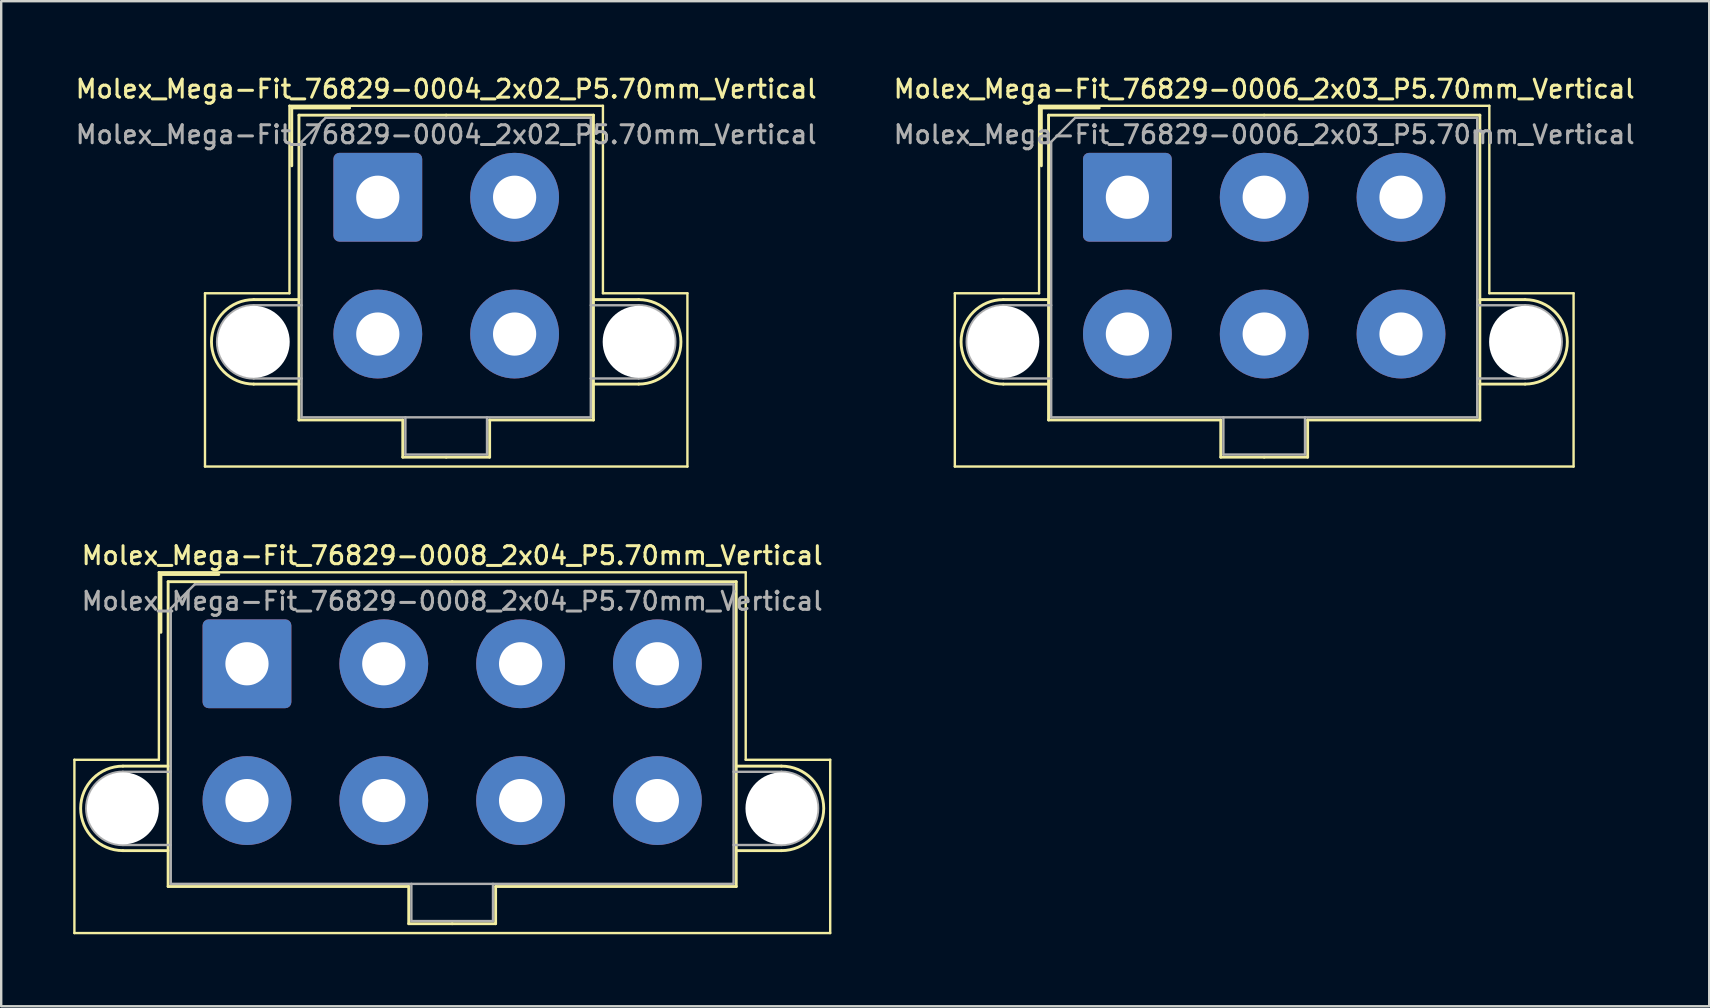
<source format=kicad_pcb>
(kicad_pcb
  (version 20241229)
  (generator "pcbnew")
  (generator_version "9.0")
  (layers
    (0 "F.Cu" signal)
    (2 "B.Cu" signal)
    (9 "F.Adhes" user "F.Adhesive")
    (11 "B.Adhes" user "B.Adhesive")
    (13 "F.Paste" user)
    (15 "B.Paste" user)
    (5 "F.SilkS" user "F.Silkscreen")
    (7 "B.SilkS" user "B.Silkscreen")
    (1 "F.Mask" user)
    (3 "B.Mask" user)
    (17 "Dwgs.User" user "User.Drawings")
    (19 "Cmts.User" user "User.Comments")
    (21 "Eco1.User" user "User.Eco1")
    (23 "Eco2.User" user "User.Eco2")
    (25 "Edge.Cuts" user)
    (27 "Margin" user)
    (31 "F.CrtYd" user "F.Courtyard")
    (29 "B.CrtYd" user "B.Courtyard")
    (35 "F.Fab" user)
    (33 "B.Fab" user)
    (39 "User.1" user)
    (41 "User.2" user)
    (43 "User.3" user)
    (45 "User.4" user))
  (footprint "Molex_Mega-Fit_76829-0004_2x02_P5.70mm_Vertical"
    (layer "F.Cu")
    (at 12.691 5.168)
    (property "Reference" "Molex_Mega-Fit_76829-0004_2x02_P5.70mm_Vertical" (at 2.85 -4.51 0) (layer "F.SilkS") (effects (font (size 0.75 0.75) (thickness 0.125))))
    (attr through_hole)
    (fp_line (start -7.2 4) (end -7.2 11.22) (stroke (width 0.1) (type solid)) (layer "F.SilkS"))
    (fp_line (start -7.2 11.22) (end 12.9 11.22) (stroke (width 0.1) (type solid)) (layer "F.SilkS"))
    (fp_line (start -5.17 4.265) (end -3.285 4.265) (stroke (width 0.12) (type solid)) (layer "F.SilkS"))
    (fp_line (start -5.17 7.785) (end -3.285 7.785) (stroke (width 0.12) (type solid)) (layer "F.SilkS"))
    (fp_line (start -3.68 -3.81) (end -3.68 4) (stroke (width 0.1) (type solid)) (layer "F.SilkS"))
    (fp_line (start -3.68 4) (end -7.2 4) (stroke (width 0.1) (type solid)) (layer "F.SilkS"))
    (fp_line (start -3.585 -3.72) (end -1.175 -3.72) (stroke (width 0.12) (type solid)) (layer "F.SilkS"))
    (fp_line (start -3.585 -1.31) (end -3.585 -3.72) (stroke (width 0.12) (type solid)) (layer "F.SilkS"))
    (fp_line (start -3.285 -3.42) (end -3.285 9.28) (stroke (width 0.12) (type solid)) (layer "F.SilkS"))
    (fp_line (start -3.285 9.28) (end 1.04 9.28) (stroke (width 0.12) (type solid)) (layer "F.SilkS"))
    (fp_line (start 1.04 9.28) (end 1.04 10.83) (stroke (width 0.12) (type solid)) (layer "F.SilkS"))
    (fp_line (start 1.04 10.83) (end 2.85 10.83) (stroke (width 0.12) (type solid)) (layer "F.SilkS"))
    (fp_line (start 2.85 -3.42) (end -3.285 -3.42) (stroke (width 0.12) (type solid)) (layer "F.SilkS"))
    (fp_line (start 2.85 -3.42) (end 8.985 -3.42) (stroke (width 0.12) (type solid)) (layer "F.SilkS"))
    (fp_line (start 4.66 9.28) (end 4.66 10.83) (stroke (width 0.12) (type solid)) (layer "F.SilkS"))
    (fp_line (start 4.66 10.83) (end 2.85 10.83) (stroke (width 0.12) (type solid)) (layer "F.SilkS"))
    (fp_line (start 8.985 -3.42) (end 8.985 9.28) (stroke (width 0.12) (type solid)) (layer "F.SilkS"))
    (fp_line (start 8.985 9.28) (end 4.66 9.28) (stroke (width 0.12) (type solid)) (layer "F.SilkS"))
    (fp_line (start 9.38 -3.81) (end -3.68 -3.81) (stroke (width 0.1) (type solid)) (layer "F.SilkS"))
    (fp_line (start 9.38 4) (end 9.38 -3.81) (stroke (width 0.1) (type solid)) (layer "F.SilkS"))
    (fp_line (start 10.87 4.265) (end 8.985 4.265) (stroke (width 0.12) (type solid)) (layer "F.SilkS"))
    (fp_line (start 10.87 7.785) (end 8.985 7.785) (stroke (width 0.12) (type solid)) (layer "F.SilkS"))
    (fp_line (start 12.9 4) (end 9.38 4) (stroke (width 0.1) (type solid)) (layer "F.SilkS"))
    (fp_line (start 12.9 11.22) (end 12.9 4) (stroke (width 0.1) (type solid)) (layer "F.SilkS"))
    (fp_arc (start -5.17 7.785) (mid -6.93 6.025) (end -5.17 4.265) (stroke (width 0.12) (type solid)) (layer "F.SilkS"))
    (fp_arc (start 10.87 4.265) (mid 12.63 6.025) (end 10.87 7.785) (stroke (width 0.12) (type solid)) (layer "F.SilkS"))
    (fp_line (start -5.17 4.5) (end -3.175 4.5) (stroke (width 0.1) (type solid)) (layer "F.Fab"))
    (fp_line (start -5.17 7.55) (end -3.175 7.55) (stroke (width 0.1) (type solid)) (layer "F.Fab"))
    (fp_line (start -3.175 -2.31) (end -3.175 9.17) (stroke (width 0.1) (type solid)) (layer "F.Fab"))
    (fp_line (start -3.175 9.17) (end 8.875 9.17) (stroke (width 0.1) (type solid)) (layer "F.Fab"))
    (fp_line (start -2.175 -3.31) (end -3.175 -2.31) (stroke (width 0.1) (type solid)) (layer "F.Fab"))
    (fp_line (start 1.15 9.17) (end 1.15 10.72) (stroke (width 0.1) (type solid)) (layer "F.Fab"))
    (fp_line (start 1.15 10.72) (end 4.55 10.72) (stroke (width 0.1) (type solid)) (layer "F.Fab"))
    (fp_line (start 4.55 10.72) (end 4.55 9.17) (stroke (width 0.1) (type solid)) (layer "F.Fab"))
    (fp_line (start 8.875 -3.31) (end -2.175 -3.31) (stroke (width 0.1) (type solid)) (layer "F.Fab"))
    (fp_line (start 8.875 9.17) (end 8.875 -3.31) (stroke (width 0.1) (type solid)) (layer "F.Fab"))
    (fp_line (start 10.87 4.5) (end 8.875 4.5) (stroke (width 0.1) (type solid)) (layer "F.Fab"))
    (fp_line (start 10.87 7.55) (end 8.875 7.55) (stroke (width 0.1) (type solid)) (layer "F.Fab"))
    (fp_arc (start -5.17 7.55) (mid -6.695 6.025) (end -5.17 4.5) (stroke (width 0.1) (type solid)) (layer "F.Fab"))
    (fp_arc (start 10.87 4.5) (mid 12.395 6.025) (end 10.87 7.55) (stroke (width 0.1) (type solid)) (layer "F.Fab"))
    (fp_text user "${REFERENCE}" (at 2.85 -2.61 0) (layer "F.Fab") (effects (font (size 0.75 0.75) (thickness 0.125))))
    (pad "" np_thru_hole circle (at -5.17 6.025) (size 3 3) (drill 3) (layers "*.Cu" "*.Mask"))
    (pad "" np_thru_hole circle (at 10.87 6.025) (size 3 3) (drill 3) (layers "*.Cu" "*.Mask"))
    (pad "1" thru_hole roundrect (at 0 0) (size 3.7 3.7) (drill 1.8) (layers "*.Cu" "*.Mask") (roundrect_rratio 0.068))
    (pad "2" thru_hole circle (at 5.7 0) (size 3.7 3.7) (drill 1.8) (layers "*.Cu" "*.Mask"))
    (pad "3" thru_hole circle (at 0 5.7) (size 3.7 3.7) (drill 1.8) (layers "*.Cu" "*.Mask"))
    (pad "4" thru_hole circle (at 5.7 5.7) (size 3.7 3.7) (drill 1.8) (layers "*.Cu" "*.Mask")))
  (footprint "Molex_Mega-Fit_76829-0006_2x03_P5.70mm_Vertical"
    (layer "F.Cu")
    (at 43.923 5.168)
    (property "Reference" "Molex_Mega-Fit_76829-0006_2x03_P5.70mm_Vertical" (at 5.7 -4.51 0) (layer "F.SilkS") (effects (font (size 0.75 0.75) (thickness 0.125))))
    (attr through_hole)
    (fp_line (start -7.19 4) (end -7.19 11.22) (stroke (width 0.1) (type solid)) (layer "F.SilkS"))
    (fp_line (start -7.19 11.22) (end 18.59 11.22) (stroke (width 0.1) (type solid)) (layer "F.SilkS"))
    (fp_line (start -5.17 4.265) (end -3.285 4.265) (stroke (width 0.12) (type solid)) (layer "F.SilkS"))
    (fp_line (start -5.17 7.785) (end -3.285 7.785) (stroke (width 0.12) (type solid)) (layer "F.SilkS"))
    (fp_line (start -3.68 -3.81) (end -3.68 4) (stroke (width 0.1) (type solid)) (layer "F.SilkS"))
    (fp_line (start -3.68 4) (end -7.19 4) (stroke (width 0.1) (type solid)) (layer "F.SilkS"))
    (fp_line (start -3.585 -3.72) (end -1.175 -3.72) (stroke (width 0.12) (type solid)) (layer "F.SilkS"))
    (fp_line (start -3.585 -1.31) (end -3.585 -3.72) (stroke (width 0.12) (type solid)) (layer "F.SilkS"))
    (fp_line (start -3.285 -3.42) (end -3.285 9.28) (stroke (width 0.12) (type solid)) (layer "F.SilkS"))
    (fp_line (start -3.285 9.28) (end 3.89 9.28) (stroke (width 0.12) (type solid)) (layer "F.SilkS"))
    (fp_line (start 3.89 9.28) (end 3.89 10.83) (stroke (width 0.12) (type solid)) (layer "F.SilkS"))
    (fp_line (start 3.89 10.83) (end 5.7 10.83) (stroke (width 0.12) (type solid)) (layer "F.SilkS"))
    (fp_line (start 5.7 -3.42) (end -3.285 -3.42) (stroke (width 0.12) (type solid)) (layer "F.SilkS"))
    (fp_line (start 5.7 -3.42) (end 14.685 -3.42) (stroke (width 0.12) (type solid)) (layer "F.SilkS"))
    (fp_line (start 7.51 9.28) (end 7.51 10.83) (stroke (width 0.12) (type solid)) (layer "F.SilkS"))
    (fp_line (start 7.51 10.83) (end 5.7 10.83) (stroke (width 0.12) (type solid)) (layer "F.SilkS"))
    (fp_line (start 14.685 -3.42) (end 14.685 9.28) (stroke (width 0.12) (type solid)) (layer "F.SilkS"))
    (fp_line (start 14.685 9.28) (end 7.51 9.28) (stroke (width 0.12) (type solid)) (layer "F.SilkS"))
    (fp_line (start 15.08 -3.81) (end -3.68 -3.81) (stroke (width 0.1) (type solid)) (layer "F.SilkS"))
    (fp_line (start 15.08 4) (end 15.08 -3.81) (stroke (width 0.1) (type solid)) (layer "F.SilkS"))
    (fp_line (start 16.57 4.265) (end 14.685 4.265) (stroke (width 0.12) (type solid)) (layer "F.SilkS"))
    (fp_line (start 16.57 7.785) (end 14.685 7.785) (stroke (width 0.12) (type solid)) (layer "F.SilkS"))
    (fp_line (start 18.59 4) (end 15.08 4) (stroke (width 0.1) (type solid)) (layer "F.SilkS"))
    (fp_line (start 18.59 11.22) (end 18.59 4) (stroke (width 0.1) (type solid)) (layer "F.SilkS"))
    (fp_arc (start -5.17 7.785) (mid -6.93 6.025) (end -5.17 4.265) (stroke (width 0.12) (type solid)) (layer "F.SilkS"))
    (fp_arc (start 16.57 4.265) (mid 18.33 6.025) (end 16.57 7.785) (stroke (width 0.12) (type solid)) (layer "F.SilkS"))
    (fp_line (start -5.17 4.5) (end -3.175 4.5) (stroke (width 0.1) (type solid)) (layer "F.Fab"))
    (fp_line (start -5.17 7.55) (end -3.175 7.55) (stroke (width 0.1) (type solid)) (layer "F.Fab"))
    (fp_line (start -3.175 -2.31) (end -3.175 9.17) (stroke (width 0.1) (type solid)) (layer "F.Fab"))
    (fp_line (start -3.175 9.17) (end 14.575 9.17) (stroke (width 0.1) (type solid)) (layer "F.Fab"))
    (fp_line (start -2.175 -3.31) (end -3.175 -2.31) (stroke (width 0.1) (type solid)) (layer "F.Fab"))
    (fp_line (start 4 9.17) (end 4 10.72) (stroke (width 0.1) (type solid)) (layer "F.Fab"))
    (fp_line (start 4 10.72) (end 7.4 10.72) (stroke (width 0.1) (type solid)) (layer "F.Fab"))
    (fp_line (start 7.4 10.72) (end 7.4 9.17) (stroke (width 0.1) (type solid)) (layer "F.Fab"))
    (fp_line (start 14.575 -3.31) (end -2.175 -3.31) (stroke (width 0.1) (type solid)) (layer "F.Fab"))
    (fp_line (start 14.575 9.17) (end 14.575 -3.31) (stroke (width 0.1) (type solid)) (layer "F.Fab"))
    (fp_line (start 16.57 4.5) (end 14.575 4.5) (stroke (width 0.1) (type solid)) (layer "F.Fab"))
    (fp_line (start 16.57 7.55) (end 14.575 7.55) (stroke (width 0.1) (type solid)) (layer "F.Fab"))
    (fp_arc (start -5.17 7.55) (mid -6.695 6.025) (end -5.17 4.5) (stroke (width 0.1) (type solid)) (layer "F.Fab"))
    (fp_arc (start 16.57 4.5) (mid 18.095 6.025) (end 16.57 7.55) (stroke (width 0.1) (type solid)) (layer "F.Fab"))
    (fp_text user "${REFERENCE}" (at 5.7 -2.61 0) (layer "F.Fab") (effects (font (size 0.75 0.75) (thickness 0.125))))
    (pad "" np_thru_hole circle (at -5.17 6.025) (size 3 3) (drill 3) (layers "*.Cu" "*.Mask"))
    (pad "" np_thru_hole circle (at 16.57 6.025) (size 3 3) (drill 3) (layers "*.Cu" "*.Mask"))
    (pad "1" thru_hole roundrect (at 0 0) (size 3.7 3.7) (drill 1.8) (layers "*.Cu" "*.Mask") (roundrect_rratio 0.068))
    (pad "2" thru_hole circle (at 5.7 0) (size 3.7 3.7) (drill 1.8) (layers "*.Cu" "*.Mask"))
    (pad "3" thru_hole circle (at 11.4 0) (size 3.7 3.7) (drill 1.8) (layers "*.Cu" "*.Mask"))
    (pad "4" thru_hole circle (at 0 5.7) (size 3.7 3.7) (drill 1.8) (layers "*.Cu" "*.Mask"))
    (pad "5" thru_hole circle (at 5.7 5.7) (size 3.7 3.7) (drill 1.8) (layers "*.Cu" "*.Mask"))
    (pad "6" thru_hole circle (at 11.4 5.7) (size 3.7 3.7) (drill 1.8) (layers "*.Cu" "*.Mask")))
  (footprint "Molex_Mega-Fit_76829-0008_2x04_P5.70mm_Vertical"
    (layer "F.Cu")
    (at 7.24 24.606)
    (property "Reference" "Molex_Mega-Fit_76829-0008_2x04_P5.70mm_Vertical" (at 8.55 -4.51 0) (layer "F.SilkS") (effects (font (size 0.75 0.75) (thickness 0.125))))
    (attr through_hole)
    (fp_line (start -7.19 4) (end -7.19 11.22) (stroke (width 0.1) (type solid)) (layer "F.SilkS"))
    (fp_line (start -7.19 11.22) (end 24.3 11.22) (stroke (width 0.1) (type solid)) (layer "F.SilkS"))
    (fp_line (start -5.17 4.265) (end -3.285 4.265) (stroke (width 0.12) (type solid)) (layer "F.SilkS"))
    (fp_line (start -5.17 7.785) (end -3.285 7.785) (stroke (width 0.12) (type solid)) (layer "F.SilkS"))
    (fp_line (start -3.67 -3.81) (end -3.67 4) (stroke (width 0.1) (type solid)) (layer "F.SilkS"))
    (fp_line (start -3.67 4) (end -7.19 4) (stroke (width 0.1) (type solid)) (layer "F.SilkS"))
    (fp_line (start -3.585 -3.72) (end -1.175 -3.72) (stroke (width 0.12) (type solid)) (layer "F.SilkS"))
    (fp_line (start -3.585 -1.31) (end -3.585 -3.72) (stroke (width 0.12) (type solid)) (layer "F.SilkS"))
    (fp_line (start -3.285 -3.42) (end -3.285 9.28) (stroke (width 0.12) (type solid)) (layer "F.SilkS"))
    (fp_line (start -3.285 9.28) (end 6.74 9.28) (stroke (width 0.12) (type solid)) (layer "F.SilkS"))
    (fp_line (start 6.74 9.28) (end 6.74 10.83) (stroke (width 0.12) (type solid)) (layer "F.SilkS"))
    (fp_line (start 6.74 10.83) (end 8.55 10.83) (stroke (width 0.12) (type solid)) (layer "F.SilkS"))
    (fp_line (start 8.55 -3.42) (end -3.285 -3.42) (stroke (width 0.12) (type solid)) (layer "F.SilkS"))
    (fp_line (start 8.55 -3.42) (end 20.385 -3.42) (stroke (width 0.12) (type solid)) (layer "F.SilkS"))
    (fp_line (start 10.36 9.28) (end 10.36 10.83) (stroke (width 0.12) (type solid)) (layer "F.SilkS"))
    (fp_line (start 10.36 10.83) (end 8.55 10.83) (stroke (width 0.12) (type solid)) (layer "F.SilkS"))
    (fp_line (start 20.385 -3.42) (end 20.385 9.28) (stroke (width 0.12) (type solid)) (layer "F.SilkS"))
    (fp_line (start 20.385 9.28) (end 10.36 9.28) (stroke (width 0.12) (type solid)) (layer "F.SilkS"))
    (fp_line (start 20.78 -3.81) (end -3.67 -3.81) (stroke (width 0.1) (type solid)) (layer "F.SilkS"))
    (fp_line (start 20.78 4) (end 20.78 -3.81) (stroke (width 0.1) (type solid)) (layer "F.SilkS"))
    (fp_line (start 22.27 4.265) (end 20.385 4.265) (stroke (width 0.12) (type solid)) (layer "F.SilkS"))
    (fp_line (start 22.27 7.785) (end 20.385 7.785) (stroke (width 0.12) (type solid)) (layer "F.SilkS"))
    (fp_line (start 24.3 4) (end 20.78 4) (stroke (width 0.1) (type solid)) (layer "F.SilkS"))
    (fp_line (start 24.3 11.22) (end 24.3 4) (stroke (width 0.1) (type solid)) (layer "F.SilkS"))
    (fp_arc (start -5.17 7.785) (mid -6.93 6.025) (end -5.17 4.265) (stroke (width 0.12) (type solid)) (layer "F.SilkS"))
    (fp_arc (start 22.27 4.265) (mid 24.03 6.025) (end 22.27 7.785) (stroke (width 0.12) (type solid)) (layer "F.SilkS"))
    (fp_line (start -5.17 4.5) (end -3.175 4.5) (stroke (width 0.1) (type solid)) (layer "F.Fab"))
    (fp_line (start -5.17 7.55) (end -3.175 7.55) (stroke (width 0.1) (type solid)) (layer "F.Fab"))
    (fp_line (start -3.175 -2.31) (end -3.175 9.17) (stroke (width 0.1) (type solid)) (layer "F.Fab"))
    (fp_line (start -3.175 9.17) (end 20.275 9.17) (stroke (width 0.1) (type solid)) (layer "F.Fab"))
    (fp_line (start -2.175 -3.31) (end -3.175 -2.31) (stroke (width 0.1) (type solid)) (layer "F.Fab"))
    (fp_line (start 6.85 9.17) (end 6.85 10.72) (stroke (width 0.1) (type solid)) (layer "F.Fab"))
    (fp_line (start 6.85 10.72) (end 10.25 10.72) (stroke (width 0.1) (type solid)) (layer "F.Fab"))
    (fp_line (start 10.25 10.72) (end 10.25 9.17) (stroke (width 0.1) (type solid)) (layer "F.Fab"))
    (fp_line (start 20.275 -3.31) (end -2.175 -3.31) (stroke (width 0.1) (type solid)) (layer "F.Fab"))
    (fp_line (start 20.275 9.17) (end 20.275 -3.31) (stroke (width 0.1) (type solid)) (layer "F.Fab"))
    (fp_line (start 22.27 4.5) (end 20.275 4.5) (stroke (width 0.1) (type solid)) (layer "F.Fab"))
    (fp_line (start 22.27 7.55) (end 20.275 7.55) (stroke (width 0.1) (type solid)) (layer "F.Fab"))
    (fp_arc (start -5.17 7.55) (mid -6.695 6.025) (end -5.17 4.5) (stroke (width 0.1) (type solid)) (layer "F.Fab"))
    (fp_arc (start 22.27 4.5) (mid 23.795 6.025) (end 22.27 7.55) (stroke (width 0.1) (type solid)) (layer "F.Fab"))
    (fp_text user "${REFERENCE}" (at 8.55 -2.61 0) (layer "F.Fab") (effects (font (size 0.75 0.75) (thickness 0.125))))
    (pad "" np_thru_hole circle (at -5.17 6.025) (size 3 3) (drill 3) (layers "*.Cu" "*.Mask"))
    (pad "" np_thru_hole circle (at 22.27 6.025) (size 3 3) (drill 3) (layers "*.Cu" "*.Mask"))
    (pad "1" thru_hole roundrect (at 0 0) (size 3.7 3.7) (drill 1.8) (layers "*.Cu" "*.Mask") (roundrect_rratio 0.068))
    (pad "2" thru_hole circle (at 5.7 0) (size 3.7 3.7) (drill 1.8) (layers "*.Cu" "*.Mask"))
    (pad "3" thru_hole circle (at 11.4 0) (size 3.7 3.7) (drill 1.8) (layers "*.Cu" "*.Mask"))
    (pad "4" thru_hole circle (at 17.1 0) (size 3.7 3.7) (drill 1.8) (layers "*.Cu" "*.Mask"))
    (pad "5" thru_hole circle (at 0 5.7) (size 3.7 3.7) (drill 1.8) (layers "*.Cu" "*.Mask"))
    (pad "6" thru_hole circle (at 5.7 5.7) (size 3.7 3.7) (drill 1.8) (layers "*.Cu" "*.Mask"))
    (pad "7" thru_hole circle (at 11.4 5.7) (size 3.7 3.7) (drill 1.8) (layers "*.Cu" "*.Mask"))
    (pad "8" thru_hole circle (at 17.1 5.7) (size 3.7 3.7) (drill 1.8) (layers "*.Cu" "*.Mask")))
  (gr_rect
    (start -3 -3)
    (end 68.164 38.876)
    (stroke (width 0.1) (type default))
    (fill no)
    (layer "Edge.Cuts")))
</source>
